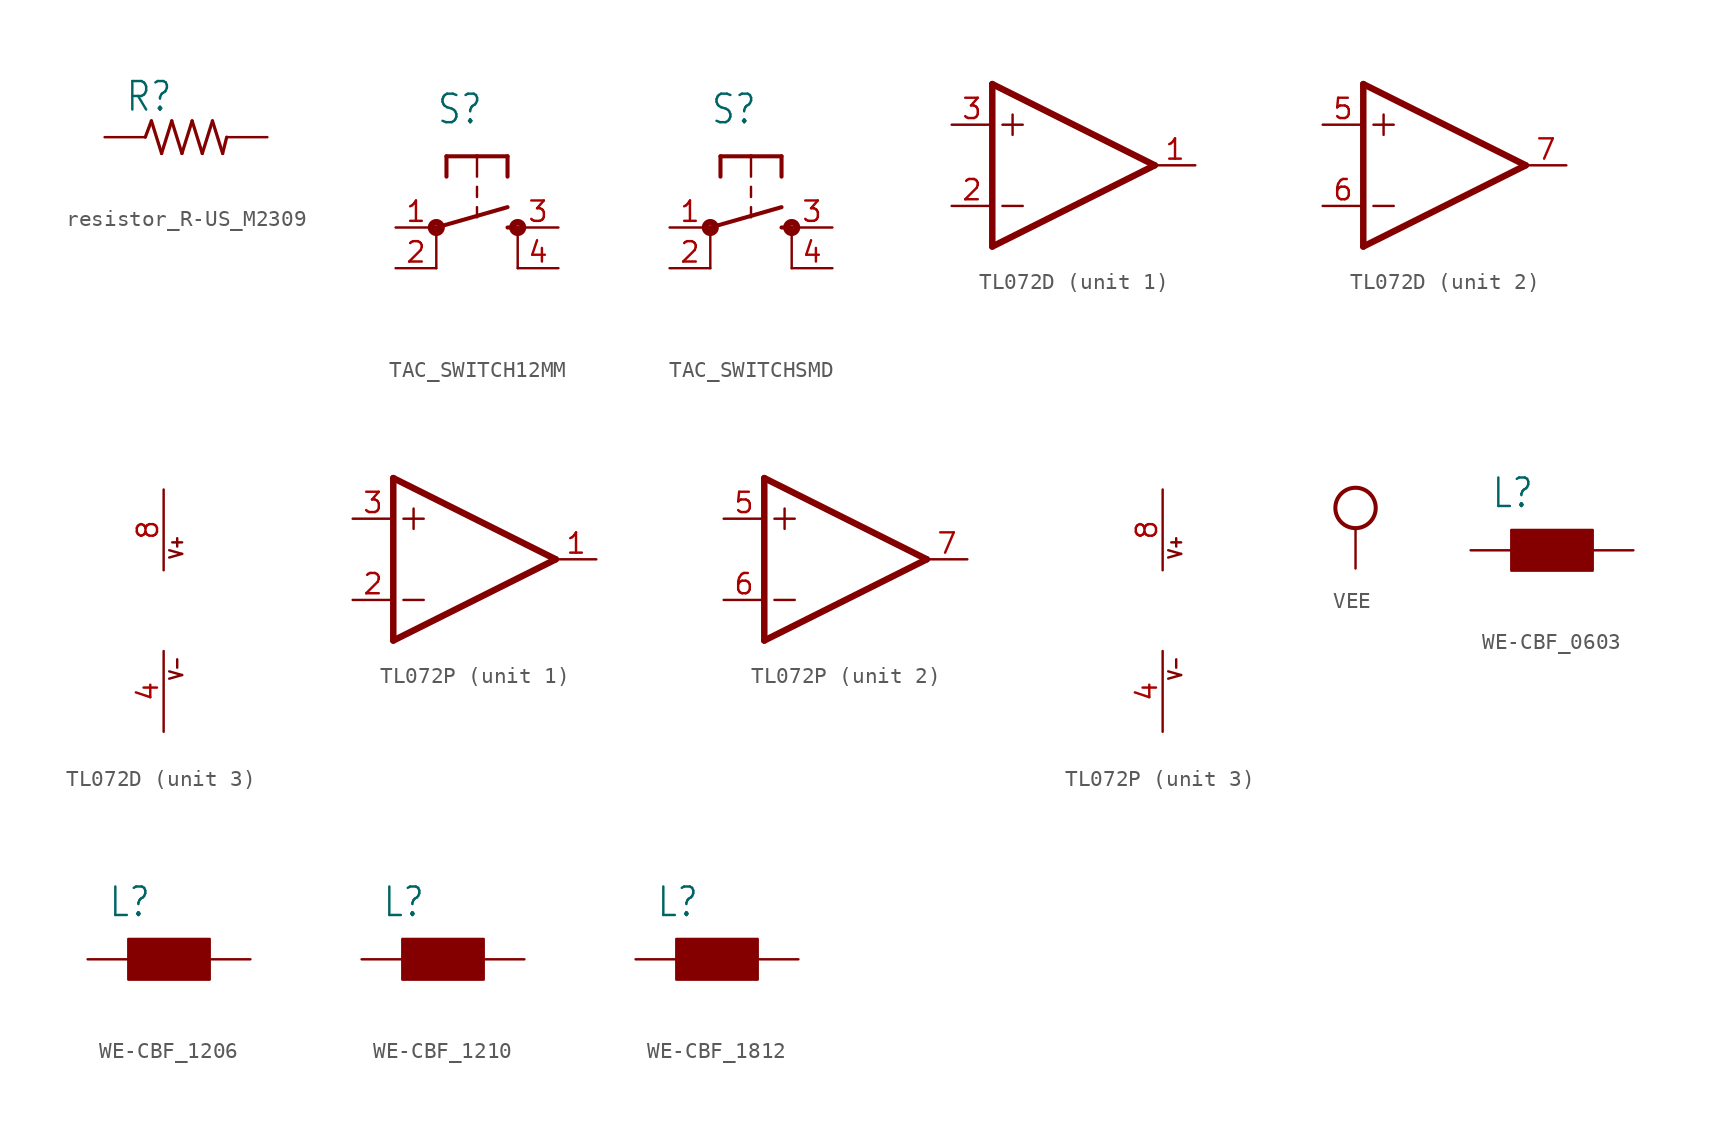
<source format=kicad_sym>
(kicad_symbol_lib
  (version 20231120)
  (generator "kicad_symbol_editor")
  (generator_version "8.0")
  (symbol "resistor_R-US_M2309"
    (property "Reference" "R"
      (at -3.81 1.499 0)
      (effects (font (size 1.778 1.511)) (justify left bottom)))
    (property "Value" ""
      (at -3.81 -3.302 0)
      (effects (font (size 1.778 1.511)) (justify left bottom)))
    (property "ki_locked" ""
      (at 0 0 0)
      (effects (font (size 1.27 1.27))))
    (symbol "resistor_R-US_M2309_1_0"
      (polyline (pts (xy -2.54 0) (xy -2.159 1.016)) (stroke (width 0.203) (type solid)) (fill (type none)))
      (polyline (pts (xy -2.159 1.016) (xy -1.524 -1.016)) (stroke (width 0.203) (type solid)) (fill (type none)))
      (polyline (pts (xy -1.524 -1.016) (xy -0.889 1.016)) (stroke (width 0.203) (type solid)) (fill (type none)))
      (polyline (pts (xy -0.889 1.016) (xy -0.254 -1.016)) (stroke (width 0.203) (type solid)) (fill (type none)))
      (polyline (pts (xy -0.254 -1.016) (xy 0.381 1.016)) (stroke (width 0.203) (type solid)) (fill (type none)))
      (polyline (pts (xy 0.381 1.016) (xy 1.016 -1.016)) (stroke (width 0.203) (type solid)) (fill (type none)))
      (polyline (pts (xy 1.016 -1.016) (xy 1.651 1.016)) (stroke (width 0.203) (type solid)) (fill (type none)))
      (polyline (pts (xy 1.651 1.016) (xy 2.286 -1.016)) (stroke (width 0.203) (type solid)) (fill (type none)))
      (polyline (pts (xy 2.286 -1.016) (xy 2.54 0)) (stroke (width 0.203) (type solid)) (fill (type none)))
      (pin passive line (at -5.08 0 0) (length 2.54) (name "1" (effects (font (size 0 0)))) (number "1" (effects (font (size 0 0)))))
      (pin passive line (at 5.08 0 180) (length 2.54) (name "2" (effects (font (size 0 0)))) (number "2" (effects (font (size 0 0)))))))
  (symbol "TAC_SWITCH12MM"
    (property "Reference" "S"
      (at -2.54 6.35 0)
      (effects (font (size 1.778 1.511)) (justify left bottom)))
    (property "Value" ""
      (at -2.54 -6.35 0)
      (effects (font (size 1.778 1.511)) (justify left bottom)))
    (property "ki_locked" ""
      (at 0 0 0)
      (effects (font (size 1.27 1.27))))
    (symbol "TAC_SWITCH12MM_1_0"
      (circle (center -2.54 0) (radius 0.127) (stroke (width 0.406) (type solid)) (fill (type none)))
      (polyline (pts (xy -2.54 -2.54) (xy -2.54 0)) (stroke (width 0.152) (type solid)) (fill (type none)))
      (polyline (pts (xy -2.54 0) (xy 1.905 1.27)) (stroke (width 0.254) (type solid)) (fill (type none)))
      (polyline (pts (xy -1.905 4.445) (xy -1.905 3.175)) (stroke (width 0.254) (type solid)) (fill (type none)))
      (polyline (pts (xy 0 1.27) (xy 0 0.635)) (stroke (width 0.152) (type solid)) (fill (type none)))
      (polyline (pts (xy 0 2.54) (xy 0 1.905)) (stroke (width 0.152) (type solid)) (fill (type none)))
      (polyline (pts (xy 0 4.445) (xy -1.905 4.445)) (stroke (width 0.254) (type solid)) (fill (type none)))
      (polyline (pts (xy 0 4.445) (xy 0 3.175)) (stroke (width 0.152) (type solid)) (fill (type none)))
      (polyline (pts (xy 1.905 0) (xy 2.54 0)) (stroke (width 0.254) (type solid)) (fill (type none)))
      (polyline (pts (xy 1.905 4.445) (xy 0 4.445)) (stroke (width 0.254) (type solid)) (fill (type none)))
      (polyline (pts (xy 1.905 4.445) (xy 1.905 3.175)) (stroke (width 0.254) (type solid)) (fill (type none)))
      (polyline (pts (xy 2.54 -2.54) (xy 2.54 0)) (stroke (width 0.152) (type solid)) (fill (type none)))
      (circle (center 2.54 0) (radius 0.127) (stroke (width 0.406) (type solid)) (fill (type none)))
      (pin passive line (at -5.08 0 0) (length 2.54) (name "1" (effects (font (size 0 0)))) (number "1" (effects (font (size 1.27 1.27)))))
      (pin passive line (at -5.08 -2.54 0) (length 2.54) (name "2" (effects (font (size 0 0)))) (number "2" (effects (font (size 1.27 1.27)))))
      (pin passive line (at 5.08 0 180) (length 2.54) (name "3" (effects (font (size 0 0)))) (number "3" (effects (font (size 1.27 1.27)))))
      (pin passive line (at 5.08 -2.54 180) (length 2.54) (name "4" (effects (font (size 0 0)))) (number "4" (effects (font (size 1.27 1.27)))))))
  (symbol "TAC_SWITCHSMD"
    (property "Reference" "S"
      (at -2.54 6.35 0)
      (effects (font (size 1.778 1.511)) (justify left bottom)))
    (property "Value" ""
      (at -2.54 -6.35 0)
      (effects (font (size 1.778 1.511)) (justify left bottom)))
    (property "ki_locked" ""
      (at 0 0 0)
      (effects (font (size 1.27 1.27))))
    (symbol "TAC_SWITCHSMD_1_0"
      (circle (center -2.54 0) (radius 0.127) (stroke (width 0.406) (type solid)) (fill (type none)))
      (polyline (pts (xy -2.54 -2.54) (xy -2.54 0)) (stroke (width 0.152) (type solid)) (fill (type none)))
      (polyline (pts (xy -2.54 0) (xy 1.905 1.27)) (stroke (width 0.254) (type solid)) (fill (type none)))
      (polyline (pts (xy -1.905 4.445) (xy -1.905 3.175)) (stroke (width 0.254) (type solid)) (fill (type none)))
      (polyline (pts (xy 0 1.27) (xy 0 0.635)) (stroke (width 0.152) (type solid)) (fill (type none)))
      (polyline (pts (xy 0 2.54) (xy 0 1.905)) (stroke (width 0.152) (type solid)) (fill (type none)))
      (polyline (pts (xy 0 4.445) (xy -1.905 4.445)) (stroke (width 0.254) (type solid)) (fill (type none)))
      (polyline (pts (xy 0 4.445) (xy 0 3.175)) (stroke (width 0.152) (type solid)) (fill (type none)))
      (polyline (pts (xy 1.905 0) (xy 2.54 0)) (stroke (width 0.254) (type solid)) (fill (type none)))
      (polyline (pts (xy 1.905 4.445) (xy 0 4.445)) (stroke (width 0.254) (type solid)) (fill (type none)))
      (polyline (pts (xy 1.905 4.445) (xy 1.905 3.175)) (stroke (width 0.254) (type solid)) (fill (type none)))
      (polyline (pts (xy 2.54 -2.54) (xy 2.54 0)) (stroke (width 0.152) (type solid)) (fill (type none)))
      (circle (center 2.54 0) (radius 0.127) (stroke (width 0.406) (type solid)) (fill (type none)))
      (pin passive line (at -5.08 0 0) (length 2.54) (name "1" (effects (font (size 0 0)))) (number "1" (effects (font (size 1.27 1.27)))))
      (pin passive line (at -5.08 -2.54 0) (length 2.54) (name "2" (effects (font (size 0 0)))) (number "2" (effects (font (size 1.27 1.27)))))
      (pin passive line (at 5.08 0 180) (length 2.54) (name "3" (effects (font (size 0 0)))) (number "3" (effects (font (size 1.27 1.27)))))
      (pin passive line (at 5.08 -2.54 180) (length 2.54) (name "4" (effects (font (size 0 0)))) (number "4" (effects (font (size 1.27 1.27)))))))
  (symbol "TL072D"
    (property "Reference" "IC"
      (at 2.54 3.175 0)
      (effects (font (size 1.778 1.511)) (justify left bottom) (hide yes)))
    (property "ki_locked" ""
      (at 0 0 0)
      (effects (font (size 1.27 1.27))))
    (symbol "TL072D_1_0"
      (polyline (pts (xy -5.08 -5.08) (xy 5.08 0)) (stroke (width 0.406) (type solid)) (fill (type none)))
      (polyline (pts (xy -5.08 5.08) (xy -5.08 -5.08)) (stroke (width 0.406) (type solid)) (fill (type none)))
      (polyline (pts (xy -4.445 -2.54) (xy -3.175 -2.54)) (stroke (width 0.152) (type solid)) (fill (type none)))
      (polyline (pts (xy -4.445 2.54) (xy -3.175 2.54)) (stroke (width 0.152) (type solid)) (fill (type none)))
      (polyline (pts (xy -3.81 3.175) (xy -3.81 1.905)) (stroke (width 0.152) (type solid)) (fill (type none)))
      (polyline (pts (xy 5.08 0) (xy -5.08 5.08)) (stroke (width 0.406) (type solid)) (fill (type none)))
      (pin output line (at 7.62 0 180) (length 2.54) (name "OUT" (effects (font (size 0 0)))) (number "1" (effects (font (size 1.27 1.27)))))
      (pin input line (at -7.62 -2.54 0) (length 2.54) (name "-IN" (effects (font (size 0 0)))) (number "2" (effects (font (size 1.27 1.27)))))
      (pin input line (at -7.62 2.54 0) (length 2.54) (name "+IN" (effects (font (size 0 0)))) (number "3" (effects (font (size 1.27 1.27))))))
    (symbol "TL072D_2_0"
      (polyline (pts (xy -5.08 -5.08) (xy 5.08 0)) (stroke (width 0.406) (type solid)) (fill (type none)))
      (polyline (pts (xy -5.08 5.08) (xy -5.08 -5.08)) (stroke (width 0.406) (type solid)) (fill (type none)))
      (polyline (pts (xy -4.445 -2.54) (xy -3.175 -2.54)) (stroke (width 0.152) (type solid)) (fill (type none)))
      (polyline (pts (xy -4.445 2.54) (xy -3.175 2.54)) (stroke (width 0.152) (type solid)) (fill (type none)))
      (polyline (pts (xy -3.81 3.175) (xy -3.81 1.905)) (stroke (width 0.152) (type solid)) (fill (type none)))
      (polyline (pts (xy 5.08 0) (xy -5.08 5.08)) (stroke (width 0.406) (type solid)) (fill (type none)))
      (pin input line (at -7.62 2.54 0) (length 2.54) (name "+IN" (effects (font (size 0 0)))) (number "5" (effects (font (size 1.27 1.27)))))
      (pin input line (at -7.62 -2.54 0) (length 2.54) (name "-IN" (effects (font (size 0 0)))) (number "6" (effects (font (size 1.27 1.27)))))
      (pin output line (at 7.62 0 180) (length 2.54) (name "OUT" (effects (font (size 0 0)))) (number "7" (effects (font (size 1.27 1.27))))))
    (symbol "TL072D_3_0"
      (text "V+" (at 1.27 3.175 900) (effects (font (size 0.813 0.691)) (justify left bottom)))
      (text "V-" (at 1.27 -4.445 900) (effects (font (size 0.813 0.691)) (justify left bottom)))
      (pin power_in line (at 0 -7.62 90) (length 5.08) (name "V-" (effects (font (size 0 0)))) (number "4" (effects (font (size 1.27 1.27)))))
      (pin power_in line (at 0 7.62 270) (length 5.08) (name "V+" (effects (font (size 0 0)))) (number "8" (effects (font (size 1.27 1.27)))))))
  (symbol "TL072P"
    (property "Reference" "IC"
      (at 2.54 3.175 0)
      (effects (font (size 1.778 1.511)) (justify left bottom) (hide yes)))
    (property "ki_locked" ""
      (at 0 0 0)
      (effects (font (size 1.27 1.27))))
    (symbol "TL072P_1_0"
      (polyline (pts (xy -5.08 -5.08) (xy 5.08 0)) (stroke (width 0.406) (type solid)) (fill (type none)))
      (polyline (pts (xy -5.08 5.08) (xy -5.08 -5.08)) (stroke (width 0.406) (type solid)) (fill (type none)))
      (polyline (pts (xy -4.445 -2.54) (xy -3.175 -2.54)) (stroke (width 0.152) (type solid)) (fill (type none)))
      (polyline (pts (xy -4.445 2.54) (xy -3.175 2.54)) (stroke (width 0.152) (type solid)) (fill (type none)))
      (polyline (pts (xy -3.81 3.175) (xy -3.81 1.905)) (stroke (width 0.152) (type solid)) (fill (type none)))
      (polyline (pts (xy 5.08 0) (xy -5.08 5.08)) (stroke (width 0.406) (type solid)) (fill (type none)))
      (pin output line (at 7.62 0 180) (length 2.54) (name "OUT" (effects (font (size 0 0)))) (number "1" (effects (font (size 1.27 1.27)))))
      (pin input line (at -7.62 -2.54 0) (length 2.54) (name "-IN" (effects (font (size 0 0)))) (number "2" (effects (font (size 1.27 1.27)))))
      (pin input line (at -7.62 2.54 0) (length 2.54) (name "+IN" (effects (font (size 0 0)))) (number "3" (effects (font (size 1.27 1.27))))))
    (symbol "TL072P_2_0"
      (polyline (pts (xy -5.08 -5.08) (xy 5.08 0)) (stroke (width 0.406) (type solid)) (fill (type none)))
      (polyline (pts (xy -5.08 5.08) (xy -5.08 -5.08)) (stroke (width 0.406) (type solid)) (fill (type none)))
      (polyline (pts (xy -4.445 -2.54) (xy -3.175 -2.54)) (stroke (width 0.152) (type solid)) (fill (type none)))
      (polyline (pts (xy -4.445 2.54) (xy -3.175 2.54)) (stroke (width 0.152) (type solid)) (fill (type none)))
      (polyline (pts (xy -3.81 3.175) (xy -3.81 1.905)) (stroke (width 0.152) (type solid)) (fill (type none)))
      (polyline (pts (xy 5.08 0) (xy -5.08 5.08)) (stroke (width 0.406) (type solid)) (fill (type none)))
      (pin input line (at -7.62 2.54 0) (length 2.54) (name "+IN" (effects (font (size 0 0)))) (number "5" (effects (font (size 1.27 1.27)))))
      (pin input line (at -7.62 -2.54 0) (length 2.54) (name "-IN" (effects (font (size 0 0)))) (number "6" (effects (font (size 1.27 1.27)))))
      (pin output line (at 7.62 0 180) (length 2.54) (name "OUT" (effects (font (size 0 0)))) (number "7" (effects (font (size 1.27 1.27))))))
    (symbol "TL072P_3_0"
      (text "V+" (at 1.27 3.175 900) (effects (font (size 0.813 0.691)) (justify left bottom)))
      (text "V-" (at 1.27 -4.445 900) (effects (font (size 0.813 0.691)) (justify left bottom)))
      (pin power_in line (at 0 -7.62 90) (length 5.08) (name "V-" (effects (font (size 0 0)))) (number "4" (effects (font (size 1.27 1.27)))))
      (pin power_in line (at 0 7.62 270) (length 5.08) (name "V+" (effects (font (size 0 0)))) (number "8" (effects (font (size 1.27 1.27)))))))
  (symbol "VEE"
    (power)
    (property "Reference" "#SUPPLY"
      (at 0 0 0)
      (effects (font (size 1.27 1.27)) (hide yes)))
    (property "Value" ""
      (at -1.905 3.175 0)
      (effects (font (size 1.778 1.511)) (justify left bottom)))
    (property "ki_locked" ""
      (at 0 0 0)
      (effects (font (size 1.27 1.27))))
    (symbol "VEE_1_0"
      (circle (center 0 1.27) (radius 1.27) (stroke (width 0.254) (type solid)) (fill (type none)))
      (pin power_in line (at 0 -2.54 90) (length 2.54) (name "VEE" (effects (font (size 0 0)))) (number "1" (effects (font (size 0 0)))))))
  (symbol "WE-CBF_0603"
    (property "Reference" "L"
      (at -3.81 5.08 0)
      (effects (font (size 1.778 1.511)) (justify left bottom)))
    (property "Value" ""
      (at -3.81 -1.27 0)
      (effects (font (size 1.778 1.511)) (justify left bottom)))
    (property "ki_locked" ""
      (at 0 0 0)
      (effects (font (size 1.27 1.27))))
    (symbol "WE-CBF_0603_1_0"
      (rectangle (start -2.54 1.27) (end 2.54 3.81) (stroke (width 0) (type default)) (fill (type outline)))
      (pin passive line (at -5.08 2.54 0) (length 2.54) (name "1" (effects (font (size 0 0)))) (number "1" (effects (font (size 0 0)))))
      (pin passive line (at 5.08 2.54 180) (length 2.54) (name "2" (effects (font (size 0 0)))) (number "2" (effects (font (size 0 0)))))))
  (symbol "WE-CBF_1206"
    (property "Reference" "L"
      (at -3.81 5.08 0)
      (effects (font (size 1.778 1.511)) (justify left bottom)))
    (property "Value" ""
      (at -3.81 -1.27 0)
      (effects (font (size 1.778 1.511)) (justify left bottom)))
    (property "ki_locked" ""
      (at 0 0 0)
      (effects (font (size 1.27 1.27))))
    (symbol "WE-CBF_1206_1_0"
      (rectangle (start -2.54 1.27) (end 2.54 3.81) (stroke (width 0) (type default)) (fill (type outline)))
      (pin passive line (at -5.08 2.54 0) (length 2.54) (name "1" (effects (font (size 0 0)))) (number "1" (effects (font (size 0 0)))))
      (pin passive line (at 5.08 2.54 180) (length 2.54) (name "2" (effects (font (size 0 0)))) (number "2" (effects (font (size 0 0)))))))
  (symbol "WE-CBF_1210"
    (property "Reference" "L"
      (at -3.81 5.08 0)
      (effects (font (size 1.778 1.511)) (justify left bottom)))
    (property "Value" ""
      (at -3.81 -1.27 0)
      (effects (font (size 1.778 1.511)) (justify left bottom)))
    (property "ki_locked" ""
      (at 0 0 0)
      (effects (font (size 1.27 1.27))))
    (symbol "WE-CBF_1210_1_0"
      (rectangle (start -2.54 1.27) (end 2.54 3.81) (stroke (width 0) (type default)) (fill (type outline)))
      (pin passive line (at -5.08 2.54 0) (length 2.54) (name "1" (effects (font (size 0 0)))) (number "1" (effects (font (size 0 0)))))
      (pin passive line (at 5.08 2.54 180) (length 2.54) (name "2" (effects (font (size 0 0)))) (number "2" (effects (font (size 0 0)))))))
  (symbol "WE-CBF_1812"
    (property "Reference" "L"
      (at -3.81 5.08 0)
      (effects (font (size 1.778 1.511)) (justify left bottom)))
    (property "Value" ""
      (at -3.81 -1.27 0)
      (effects (font (size 1.778 1.511)) (justify left bottom)))
    (property "ki_locked" ""
      (at 0 0 0)
      (effects (font (size 1.27 1.27))))
    (symbol "WE-CBF_1812_1_0"
      (rectangle (start -2.54 1.27) (end 2.54 3.81) (stroke (width 0) (type default)) (fill (type outline)))
      (pin passive line (at -5.08 2.54 0) (length 2.54) (name "1" (effects (font (size 0 0)))) (number "1" (effects (font (size 0 0)))))
      (pin passive line (at 5.08 2.54 180) (length 2.54) (name "2" (effects (font (size 0 0)))) (number "2" (effects (font (size 0 0))))))))
</source>
